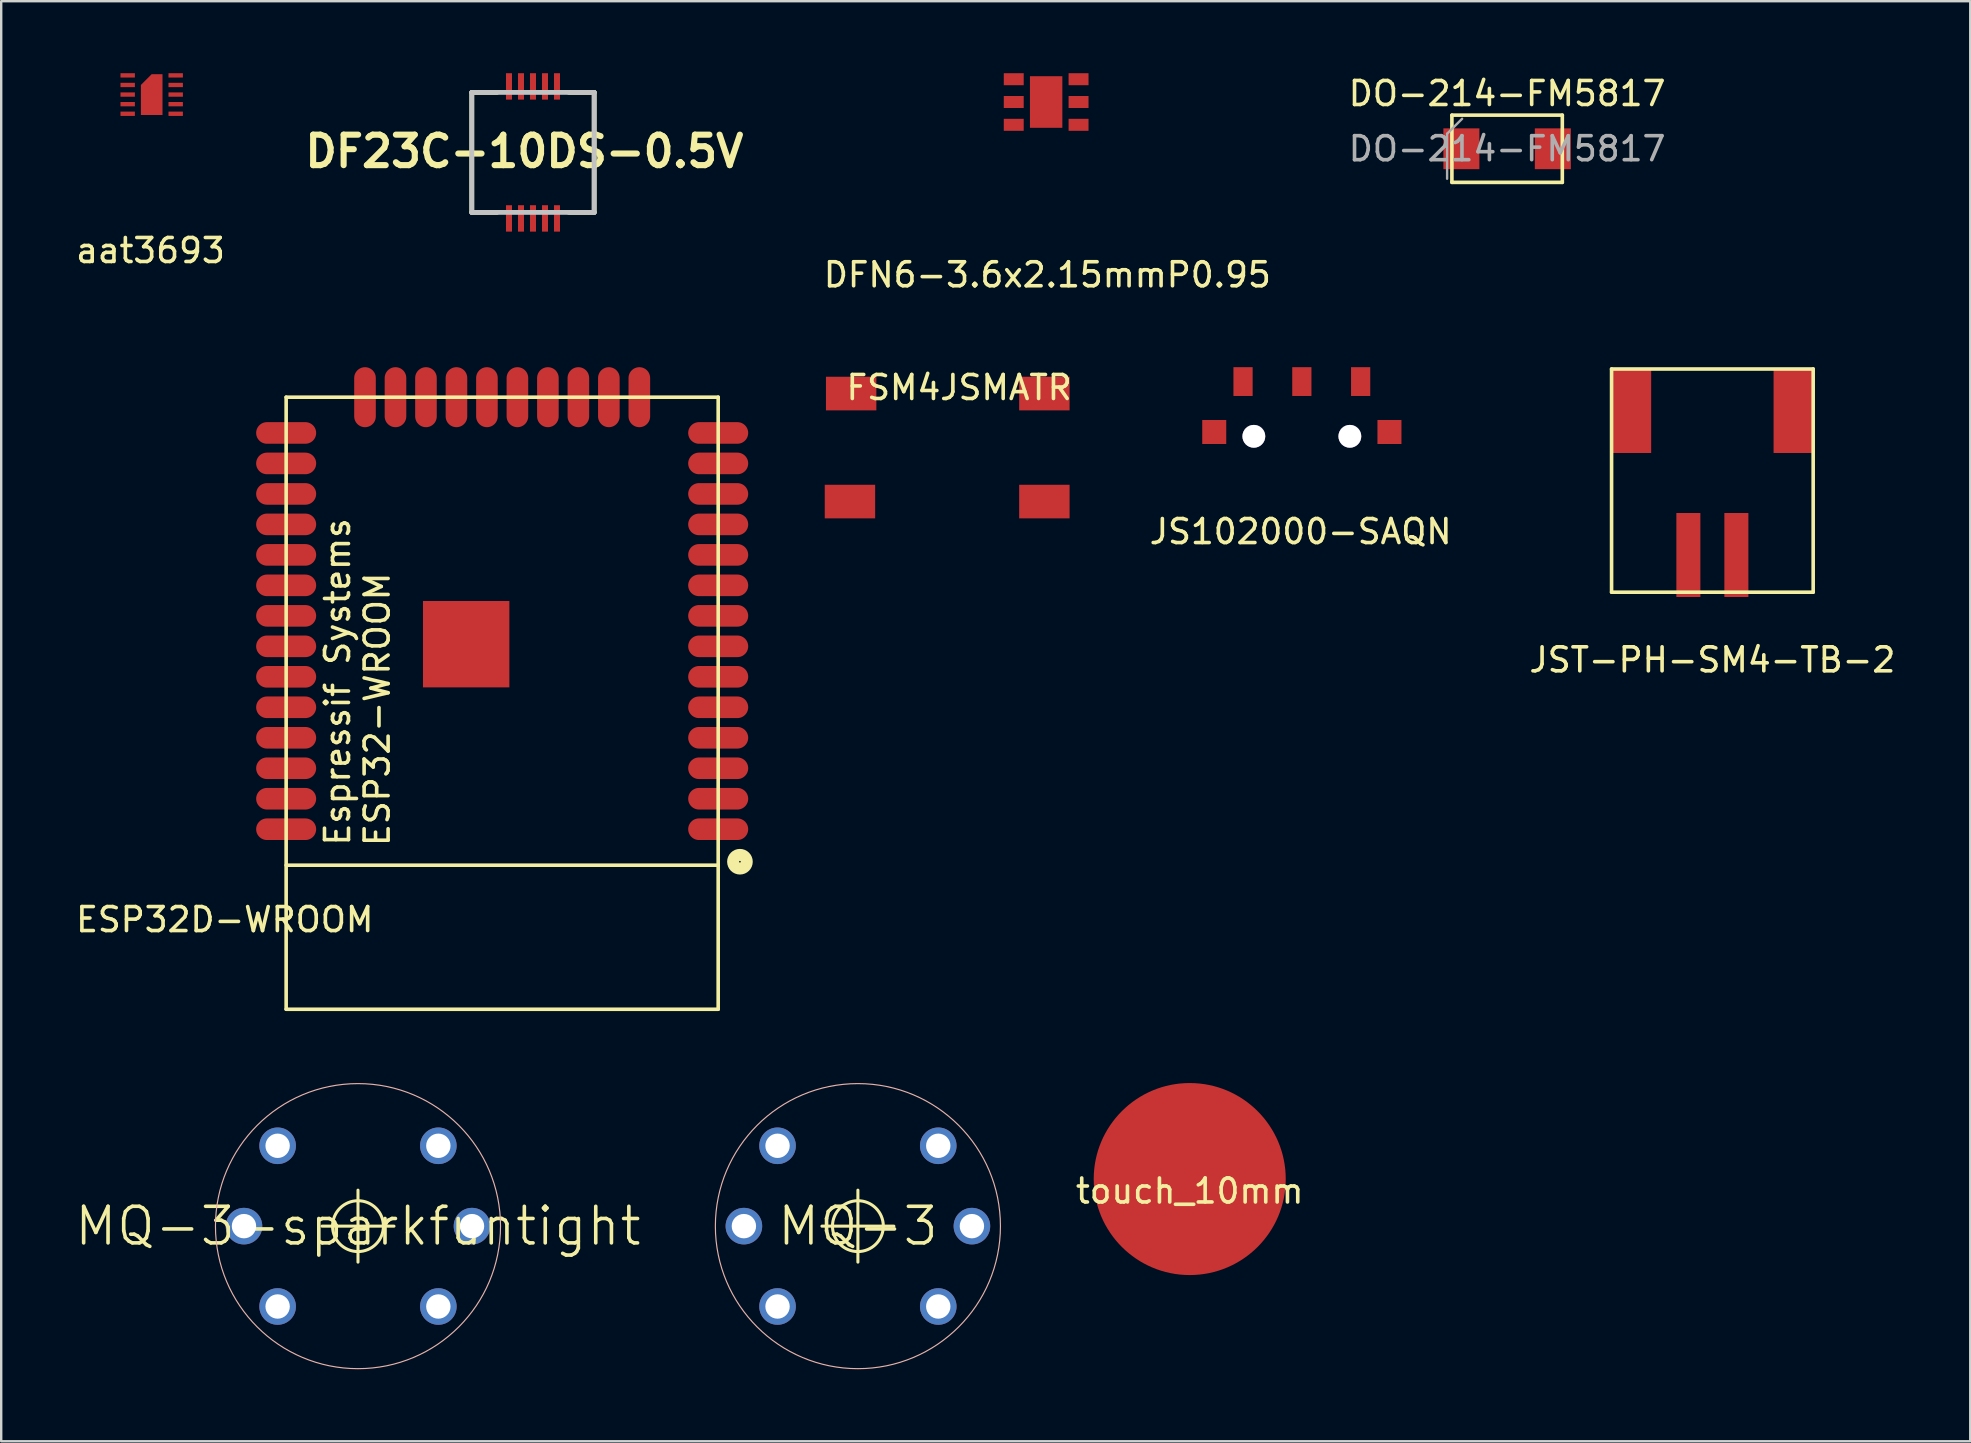
<source format=kicad_pcb>
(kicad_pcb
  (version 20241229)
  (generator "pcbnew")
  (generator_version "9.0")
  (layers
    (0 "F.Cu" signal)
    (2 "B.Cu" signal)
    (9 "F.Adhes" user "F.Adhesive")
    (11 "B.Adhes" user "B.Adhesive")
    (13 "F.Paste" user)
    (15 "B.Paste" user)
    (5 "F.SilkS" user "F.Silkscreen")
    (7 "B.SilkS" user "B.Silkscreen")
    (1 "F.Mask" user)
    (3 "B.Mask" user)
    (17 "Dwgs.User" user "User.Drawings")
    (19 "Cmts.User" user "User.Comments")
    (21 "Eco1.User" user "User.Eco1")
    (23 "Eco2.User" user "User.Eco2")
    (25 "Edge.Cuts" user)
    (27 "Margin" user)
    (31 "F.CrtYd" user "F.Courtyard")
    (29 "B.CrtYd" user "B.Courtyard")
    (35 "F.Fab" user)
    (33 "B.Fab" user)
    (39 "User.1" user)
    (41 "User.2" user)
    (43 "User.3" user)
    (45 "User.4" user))
  (footprint "JS102000-SAQN"
    (layer "F.Cu")
    (at 51.189 14.948)
    (property "Reference" "JS102000-SAQN" (at -0.05 4.15 0) (layer "F.SilkS") (effects (font (size 1 1) (thickness 0.15))))
    (attr smd)
    (pad "" smd rect (at -3.65 0) (size 1 1) (layers "F.Cu" "F.Mask" "F.Paste"))
    (pad "" np_thru_hole circle (at -2 0.18) (size 0.951 0.951) (drill 0.95) (layers "*.Cu" "*.Mask"))
    (pad "" np_thru_hole circle (at 2 0.18) (size 0.951 0.951) (drill 0.95) (layers "*.Cu" "*.Mask"))
    (pad "" smd rect (at 3.65 0) (size 1 1) (layers "F.Cu" "F.Mask" "F.Paste"))
    (pad "1" smd rect (at -2.45 -2.1) (size 0.8 1.2) (layers "F.Cu" "F.Mask" "F.Paste"))
    (pad "2" smd rect (at 0 -2.1) (size 0.8 1.2) (layers "F.Cu" "F.Mask" "F.Paste"))
    (pad "3" smd rect (at 2.45 -2.1) (size 0.8 1.2) (layers "F.Cu" "F.Mask" "F.Paste")))
  (footprint "MQ-3-sparkfuntight"
    (layer "F.Cu")
    (at 11.865 48.035)
    (property "Reference" "MQ-3-sparkfuntight" (at 0 0 180) (layer "F.SilkS") (effects (font (size 1.524 1.524) (thickness 0.15))))
    (attr exclude_from_pos_files exclude_from_bom)
    (fp_line (start -1.499 0) (end 1.499 0) (stroke (width 0.127) (type solid)) (layer "F.SilkS"))
    (fp_line (start 0 1.499) (end 0 -1.499) (stroke (width 0.127) (type solid)) (layer "F.SilkS"))
    (fp_circle (center 0 0) (end -0.749 0.749) (stroke (width 0.127) (type solid)) (fill no) (layer "F.SilkS"))
    (fp_circle (center 0 0) (end -4.199 4.199) (stroke (width 0.048) (type solid)) (fill no) (layer "B.SilkS"))
    (pad "1" thru_hole circle (at -3.348 -3.348) (size 1.524 1.524) (drill 1.016) (layers "*.Cu" "*.Mask"))
    (pad "2" thru_hole circle (at -4.75 0) (size 1.524 1.524) (drill 1.016) (layers "*.Cu" "*.Mask"))
    (pad "3" thru_hole circle (at -3.348 3.348) (size 1.524 1.524) (drill 1.016) (layers "*.Cu" "*.Mask"))
    (pad "4" thru_hole circle (at 3.348 3.348) (size 1.524 1.524) (drill 1.016) (layers "*.Cu" "*.Mask"))
    (pad "5" thru_hole circle (at 4.75 0) (size 1.524 1.524) (drill 1.016) (layers "*.Cu" "*.Mask"))
    (pad "6" thru_hole circle (at 3.348 -3.348) (size 1.524 1.524) (drill 1.016) (layers "*.Cu" "*.Mask")))
  (footprint "aat3693"
    (layer "F.Cu")
    (at 3.27 0.89)
    (property "Reference" "aat3693" (at -0.05 6.5 0) (layer "F.SilkS") (effects (font (size 1 1) (thickness 0.15))))
    (attr smd)
    (pad "1" smd custom (at -1 -0.8) (size 0.6 0.18) (layers "F.Cu" "F.Mask" "F.Paste") (options (anchor rect)) (primitives))
    (pad "2" smd custom (at -1 -0.4) (size 0.6 0.18) (layers "F.Cu" "F.Mask" "F.Paste") (options (anchor rect)) (primitives))
    (pad "3" smd custom (at -1 0) (size 0.6 0.18) (layers "F.Cu" "F.Mask" "F.Paste") (options (anchor rect)) (primitives))
    (pad "4" smd custom (at -1 0.4) (size 0.6 0.18) (layers "F.Cu" "F.Mask" "F.Paste") (options (anchor rect)) (primitives))
    (pad "5" smd custom (at -1 0.8) (size 0.6 0.18) (layers "F.Cu" "F.Mask" "F.Paste") (options (anchor rect)) (primitives))
    (pad "5" smd custom (at 0 0) (size 0.45 0.45) (layers "F.Cu" "F.Mask" "F.Paste") (options (anchor rect)) (primitives (gr_poly (pts (xy -0.45 -0.4) (xy -0.45 0.85) (xy 0.45 0.85) (xy 0.45 -0.85) (xy 0 -0.85)) (width 0) (fill yes))))
    (pad "6" smd custom (at 1 0.8) (size 0.6 0.18) (layers "F.Cu" "F.Mask" "F.Paste") (options (anchor rect)) (primitives))
    (pad "7" smd custom (at 1 0.4) (size 0.6 0.18) (layers "F.Cu" "F.Mask" "F.Paste") (options (anchor rect)) (primitives))
    (pad "8" smd custom (at 1 0) (size 0.6 0.18) (layers "F.Cu" "F.Mask" "F.Paste") (options (anchor rect)) (primitives))
    (pad "9" smd custom (at 1 -0.4) (size 0.6 0.18) (layers "F.Cu" "F.Mask" "F.Paste") (options (anchor rect)) (primitives))
    (pad "10" smd custom (at 1 -0.8) (size 0.6 0.18) (layers "F.Cu" "F.Mask" "F.Paste") (options (anchor rect)) (primitives)))
  (footprint "MQ-3"
    (layer "F.Cu")
    (at 32.693 48.035)
    (property "Reference" "MQ-3" (at 0 0 0) (layer "F.SilkS") (effects (font (size 1.524 1.524) (thickness 0.15))))
    (attr exclude_from_pos_files exclude_from_bom)
    (fp_line (start -1.499 0) (end 1.499 0) (stroke (width 0.127) (type solid)) (layer "F.SilkS"))
    (fp_line (start 0 1.499) (end 0 -1.499) (stroke (width 0.127) (type solid)) (layer "F.SilkS"))
    (fp_circle (center 0 0) (end -0.749 0.749) (stroke (width 0.127) (type solid)) (fill no) (layer "F.SilkS"))
    (fp_circle (center 0 0) (end -4.199 4.199) (stroke (width 0.048) (type solid)) (fill no) (layer "B.SilkS"))
    (pad "A1" thru_hole circle (at -3.348 -3.348) (size 1.524 1.524) (drill 1.016) (layers "*.Cu" "*.Mask"))
    (pad "A2" thru_hole circle (at -3.348 3.348) (size 1.524 1.524) (drill 1.016) (layers "*.Cu" "*.Mask"))
    (pad "B1" thru_hole circle (at 3.348 -3.348) (size 1.524 1.524) (drill 1.016) (layers "*.Cu" "*.Mask"))
    (pad "B2" thru_hole circle (at 3.348 3.348) (size 1.524 1.524) (drill 1.016) (layers "*.Cu" "*.Mask"))
    (pad "HA" thru_hole circle (at -4.75 0) (size 1.524 1.524) (drill 1.016) (layers "*.Cu" "*.Mask"))
    (pad "HB" thru_hole circle (at 4.75 0) (size 1.524 1.524) (drill 1.016) (layers "*.Cu" "*.Mask")))
  (footprint "JST-PH-SM4-TB-2"
    (layer "F.Cu")
    (at 68.293 16.823)
    (property "Reference" "JST-PH-SM4-TB-2" (at 0 7.62 0) (layer "F.SilkS") (effects (font (size 1 1) (thickness 0.15))))
    (attr through_hole)
    (fp_line (start -4.2 -4.5) (end -4.2 4.8) (stroke (width 0.15) (type solid)) (layer "F.SilkS"))
    (fp_line (start -4.2 4.8) (end 4.2 4.8) (stroke (width 0.15) (type solid)) (layer "F.SilkS"))
    (fp_line (start 4.2 -4.5) (end -4.2 -4.5) (stroke (width 0.15) (type solid)) (layer "F.SilkS"))
    (fp_line (start 4.2 -4.5) (end 4.2 4.8) (stroke (width 0.15) (type solid)) (layer "F.SilkS"))
    (pad "1" smd rect (at -1 3.25 180) (size 1 3.5) (layers "F.Cu" "F.Mask" "F.Paste"))
    (pad "2" smd rect (at 1 3.25 180) (size 1 3.5) (layers "F.Cu" "F.Mask" "F.Paste"))
    (pad "NC" smd rect (at -3.35 -2.75 180) (size 1.6 3.5) (layers "F.Cu" "F.Mask" "F.Paste"))
    (pad "NC" smd rect (at 3.35 -2.75 180) (size 1.6 3.5) (layers "F.Cu" "F.Mask" "F.Paste")))
  (footprint "DF23C-10DS-0.5V"
    (layer "F.Cu")
    (at 19.156 3.3)
    (property "Reference" "DF23C-10DS-0.5V" (at -0.36 -0.044 0) (layer "F.SilkS") (effects (font (size 1.27 1.27) (thickness 0.254))))
    (attr smd)
    (fp_line (start -2.55 -2.5) (end -2.55 2.5) (stroke (width 0.2) (type solid)) (layer "F.SilkS"))
    (fp_line (start -2.55 -2.5) (end -1.5 -2.5) (stroke (width 0.2) (type solid)) (layer "F.SilkS"))
    (fp_line (start -2.55 2.5) (end -1.5 2.5) (stroke (width 0.2) (type solid)) (layer "F.SilkS"))
    (fp_line (start 2.55 -2.5) (end 1.5 -2.5) (stroke (width 0.2) (type solid)) (layer "F.SilkS"))
    (fp_line (start 2.55 2.5) (end 1.5 2.5) (stroke (width 0.2) (type solid)) (layer "F.SilkS"))
    (fp_line (start 2.55 2.5) (end 2.55 -2.5) (stroke (width 0.2) (type solid)) (layer "F.SilkS"))
    (fp_line (start -2.55 -2.5) (end 2.55 -2.5) (stroke (width 0.2) (type solid)) (layer "Dwgs.User"))
    (fp_line (start -2.55 2.5) (end -2.55 -2.5) (stroke (width 0.2) (type solid)) (layer "Dwgs.User"))
    (fp_line (start 2.55 -2.5) (end 2.55 2.5) (stroke (width 0.2) (type solid)) (layer "Dwgs.User"))
    (fp_line (start 2.55 2.5) (end -2.55 2.5) (stroke (width 0.2) (type solid)) (layer "Dwgs.User"))
    (pad "1" smd rect (at -1 2.75) (size 0.25 1.1) (layers "F.Cu" "F.Mask" "F.Paste"))
    (pad "2" smd rect (at -1 -2.75) (size 0.25 1.1) (layers "F.Cu" "F.Mask" "F.Paste"))
    (pad "3" smd rect (at -0.5 2.75) (size 0.25 1.1) (layers "F.Cu" "F.Mask" "F.Paste"))
    (pad "4" smd rect (at -0.5 -2.75) (size 0.25 1.1) (layers "F.Cu" "F.Mask" "F.Paste"))
    (pad "5" smd rect (at 0 2.75) (size 0.25 1.1) (layers "F.Cu" "F.Mask" "F.Paste"))
    (pad "6" smd rect (at 0 -2.75) (size 0.25 1.1) (layers "F.Cu" "F.Mask" "F.Paste"))
    (pad "7" smd rect (at 0.5 2.75) (size 0.25 1.1) (layers "F.Cu" "F.Mask" "F.Paste"))
    (pad "8" smd rect (at 0.5 -2.75) (size 0.25 1.1) (layers "F.Cu" "F.Mask" "F.Paste"))
    (pad "9" smd rect (at 1 2.75) (size 0.25 1.1) (layers "F.Cu" "F.Mask" "F.Paste"))
    (pad "10" smd rect (at 1 -2.75) (size 0.25 1.1) (layers "F.Cu" "F.Mask" "F.Paste")))
  (footprint "FSM4JSMATR"
    (layer "F.Cu")
    (at 36.412 15.597)
    (property "Reference" "FSM4JSMATR" (at 0.5 -2.5 0) (layer "F.SilkS") (effects (font (size 1 1) (thickness 0.15))))
    (attr smd)
    (pad "1" smd rect (at -4.05 2.25) (size 2.1 1.4) (layers "F.Cu" "F.Mask" "F.Paste"))
    (pad "1" smd rect (at 4.05 2.25) (size 2.1 1.4) (layers "F.Cu" "F.Mask" "F.Paste"))
    (pad "2" smd rect (at -4 -2.25) (size 2.1 1.4) (layers "F.Cu" "F.Mask" "F.Paste"))
    (pad "2" smd rect (at 4.05 -2.25) (size 2.1 1.4) (layers "F.Cu" "F.Mask" "F.Paste")))
  (footprint "DFN6-3.6x2.15mmP0.95"
    (layer "F.Cu")
    (at 40.536 1.2)
    (property "Reference" "DFN6-3.6x2.15mmP0.95" (at 0.05 7.2 0) (layer "F.SilkS") (effects (font (size 1 1) (thickness 0.15))))
    (attr smd)
    (pad "1" smd rect (at -1.35 -0.95) (size 0.83 0.5) (layers "F.Cu" "F.Mask" "F.Paste"))
    (pad "2" smd rect (at -1.35 0) (size 0.83 0.5) (layers "F.Cu" "F.Mask" "F.Paste"))
    (pad "3" smd rect (at -1.35 0.95) (size 0.83 0.5) (layers "F.Cu" "F.Mask" "F.Paste"))
    (pad "4" smd rect (at 1.35 0.95) (size 0.83 0.5) (layers "F.Cu" "F.Mask" "F.Paste"))
    (pad "5" smd rect (at 1.35 0) (size 0.83 0.5) (layers "F.Cu" "F.Mask" "F.Paste"))
    (pad "6" smd rect (at 1.35 -0.95) (size 0.83 0.5) (layers "F.Cu" "F.Mask" "F.Paste"))
    (pad "PAD" smd rect (at 0 0) (size 1.35 2.15) (layers "F.Cu" "F.Mask" "F.Paste")))
  (footprint "touch_10mm"
    (layer "F.Cu")
    (at 46.518 46.073)
    (property "Reference" "touch_10mm" (at 0 0.5 0) (layer "F.SilkS") (effects (font (size 1 1) (thickness 0.15))))
    (attr smd)
    (pad "1" smd circle (at 0 0) (size 8 8) (layers "F.Cu")))
  (footprint "ESP32D-WROOM"
    (layer "F.Cu")
    (at 17.872 26.248)
    (property "Reference" "ESP32D-WROOM" (at -11.557 9.017 0) (layer "F.SilkS") (effects (font (size 1 1) (thickness 0.15))))
    (fp_line (start -9 -12.75) (end 9 -12.75) (stroke (width 0.15) (type solid)) (layer "F.SilkS"))
    (fp_line (start -9 6.75) (end 9 6.75) (stroke (width 0.15) (type solid)) (layer "F.SilkS"))
    (fp_line (start -9 12.75) (end -9 -12.75) (stroke (width 0.15) (type solid)) (layer "F.SilkS"))
    (fp_line (start -9 12.75) (end 9 12.75) (stroke (width 0.15) (type solid)) (layer "F.SilkS"))
    (fp_line (start 9 12.75) (end 9 -12.75) (stroke (width 0.15) (type solid)) (layer "F.SilkS"))
    (fp_circle (center 9.906 6.604) (end 10.033 6.858) (stroke (width 0.5) (type solid)) (fill no) (layer "F.SilkS"))
    (fp_text user "ESP32-WROOM" (at -5.207 0.254 90) (layer "F.SilkS") (effects (font (size 1 1) (thickness 0.15))))
    (fp_text user "Espressif Systems" (at -6.858 -0.889 90) (layer "F.SilkS") (effects (font (size 1 1) (thickness 0.15))))
    (pad "1" smd oval (at 9 5.25) (size 2.5 0.9) (layers "F.Cu" "F.Mask" "F.Paste"))
    (pad "2" smd oval (at 9 3.98) (size 2.5 0.9) (layers "F.Cu" "F.Mask" "F.Paste"))
    (pad "3" smd oval (at 9 2.71) (size 2.5 0.9) (layers "F.Cu" "F.Mask" "F.Paste"))
    (pad "4" smd oval (at 9 1.44) (size 2.5 0.9) (layers "F.Cu" "F.Mask" "F.Paste"))
    (pad "5" smd oval (at 9 0.17) (size 2.5 0.9) (layers "F.Cu" "F.Mask" "F.Paste"))
    (pad "6" smd oval (at 9 -1.1) (size 2.5 0.9) (layers "F.Cu" "F.Mask" "F.Paste"))
    (pad "7" smd oval (at 9 -2.37) (size 2.5 0.9) (layers "F.Cu" "F.Mask" "F.Paste"))
    (pad "8" smd oval (at 9 -3.64) (size 2.5 0.9) (layers "F.Cu" "F.Mask" "F.Paste"))
    (pad "9" smd oval (at 9 -4.91) (size 2.5 0.9) (layers "F.Cu" "F.Mask" "F.Paste"))
    (pad "10" smd oval (at 9 -6.18) (size 2.5 0.9) (layers "F.Cu" "F.Mask" "F.Paste"))
    (pad "11" smd oval (at 9 -7.45) (size 2.5 0.9) (layers "F.Cu" "F.Mask" "F.Paste"))
    (pad "12" smd oval (at 9 -8.72) (size 2.5 0.9) (layers "F.Cu" "F.Mask" "F.Paste"))
    (pad "13" smd oval (at 9 -9.99) (size 2.5 0.9) (layers "F.Cu" "F.Mask" "F.Paste"))
    (pad "14" smd oval (at 9 -11.26) (size 2.5 0.9) (layers "F.Cu" "F.Mask" "F.Paste"))
    (pad "15" smd oval (at 5.715 -12.75) (size 0.9 2.5) (layers "F.Cu" "F.Mask" "F.Paste"))
    (pad "16" smd oval (at 4.445 -12.75) (size 0.9 2.5) (layers "F.Cu" "F.Mask" "F.Paste"))
    (pad "17" smd oval (at 3.175 -12.75) (size 0.9 2.5) (layers "F.Cu" "F.Mask" "F.Paste"))
    (pad "18" smd oval (at 1.905 -12.75) (size 0.9 2.5) (layers "F.Cu" "F.Mask" "F.Paste"))
    (pad "19" smd oval (at 0.635 -12.75) (size 0.9 2.5) (layers "F.Cu" "F.Mask" "F.Paste"))
    (pad "20" smd oval (at -0.635 -12.75) (size 0.9 2.5) (layers "F.Cu" "F.Mask" "F.Paste"))
    (pad "21" smd oval (at -1.905 -12.75) (size 0.9 2.5) (layers "F.Cu" "F.Mask" "F.Paste"))
    (pad "22" smd oval (at -3.175 -12.75) (size 0.9 2.5) (layers "F.Cu" "F.Mask" "F.Paste"))
    (pad "23" smd oval (at -4.445 -12.75) (size 0.9 2.5) (layers "F.Cu" "F.Mask" "F.Paste"))
    (pad "24" smd oval (at -5.715 -12.75) (size 0.9 2.5) (layers "F.Cu" "F.Mask" "F.Paste"))
    (pad "25" smd oval (at -9 -11.26) (size 2.5 0.9) (layers "F.Cu" "F.Mask" "F.Paste"))
    (pad "26" smd oval (at -9 -9.99) (size 2.5 0.9) (layers "F.Cu" "F.Mask" "F.Paste"))
    (pad "27" smd oval (at -9 -8.72) (size 2.5 0.9) (layers "F.Cu" "F.Mask" "F.Paste"))
    (pad "28" smd oval (at -9 -7.45) (size 2.5 0.9) (layers "F.Cu" "F.Mask" "F.Paste"))
    (pad "29" smd oval (at -9 -6.18) (size 2.5 0.9) (layers "F.Cu" "F.Mask" "F.Paste"))
    (pad "30" smd oval (at -9 -4.91) (size 2.5 0.9) (layers "F.Cu" "F.Mask" "F.Paste"))
    (pad "31" smd oval (at -9 -3.64) (size 2.5 0.9) (layers "F.Cu" "F.Mask" "F.Paste"))
    (pad "32" smd oval (at -9 -2.37) (size 2.5 0.9) (layers "F.Cu" "F.Mask" "F.Paste"))
    (pad "33" smd oval (at -9 -1.1) (size 2.5 0.9) (layers "F.Cu" "F.Mask" "F.Paste"))
    (pad "34" smd oval (at -9 0.17) (size 2.5 0.9) (layers "F.Cu" "F.Mask" "F.Paste"))
    (pad "35" smd oval (at -9 1.44) (size 2.5 0.9) (layers "F.Cu" "F.Mask" "F.Paste"))
    (pad "36" smd oval (at -9 2.71) (size 2.5 0.9) (layers "F.Cu" "F.Mask" "F.Paste"))
    (pad "37" smd oval (at -9 3.98) (size 2.5 0.9) (layers "F.Cu" "F.Mask" "F.Paste"))
    (pad "38" smd oval (at -9 5.25) (size 2.5 0.9) (layers "F.Cu" "F.Mask" "F.Paste"))
    (pad "39" smd rect (at -1.5 -2.46) (size 3.6 3.6) (layers "F.Cu" "F.Mask" "F.Paste")))
  (footprint "DO-214-FM5817"
    (layer "F.Cu")
    (at 59.741 3.148)
    (property "Reference" "DO-214-FM5817" (at 0 -2.3 0) (layer "F.SilkS") (effects (font (size 1 1) (thickness 0.15))))
    (attr smd)
    (fp_line (start -2.3 -1.4) (end 2.3 -1.4) (stroke (width 0.15) (type solid)) (layer "F.SilkS"))
    (fp_line (start -2.3 1.4) (end -2.3 -1.4) (stroke (width 0.15) (type solid)) (layer "F.SilkS"))
    (fp_line (start -2.3 1.4) (end 2.3 1.4) (stroke (width 0.15) (type solid)) (layer "F.SilkS"))
    (fp_line (start 2.3 -1.4) (end 2.3 1.4) (stroke (width 0.15) (type solid)) (layer "F.SilkS"))
    (fp_line (start -2.5 -0.625) (end -2.5 1.25) (stroke (width 0.1) (type solid)) (layer "F.Fab"))
    (fp_line (start -1.875 -1.25) (end -2.5 -0.625) (stroke (width 0.1) (type solid)) (layer "F.Fab"))
    (fp_text user "${REFERENCE}" (at 0 0 0) (layer "F.Fab") (effects (font (size 1 1) (thickness 0.15))))
    (pad "1" smd rect (at -1.905 0) (size 1.5 1.7) (layers "F.Cu" "F.Mask" "F.Paste"))
    (pad "2" smd rect (at 1.905 0) (size 1.5 1.7) (layers "F.Cu" "F.Mask" "F.Paste")))
  (gr_rect
    (start -3 -3)
    (end 79.037 56.997)
    (stroke (width 0.1) (type default))
    (fill no)
    (layer "Edge.Cuts")))
</source>
